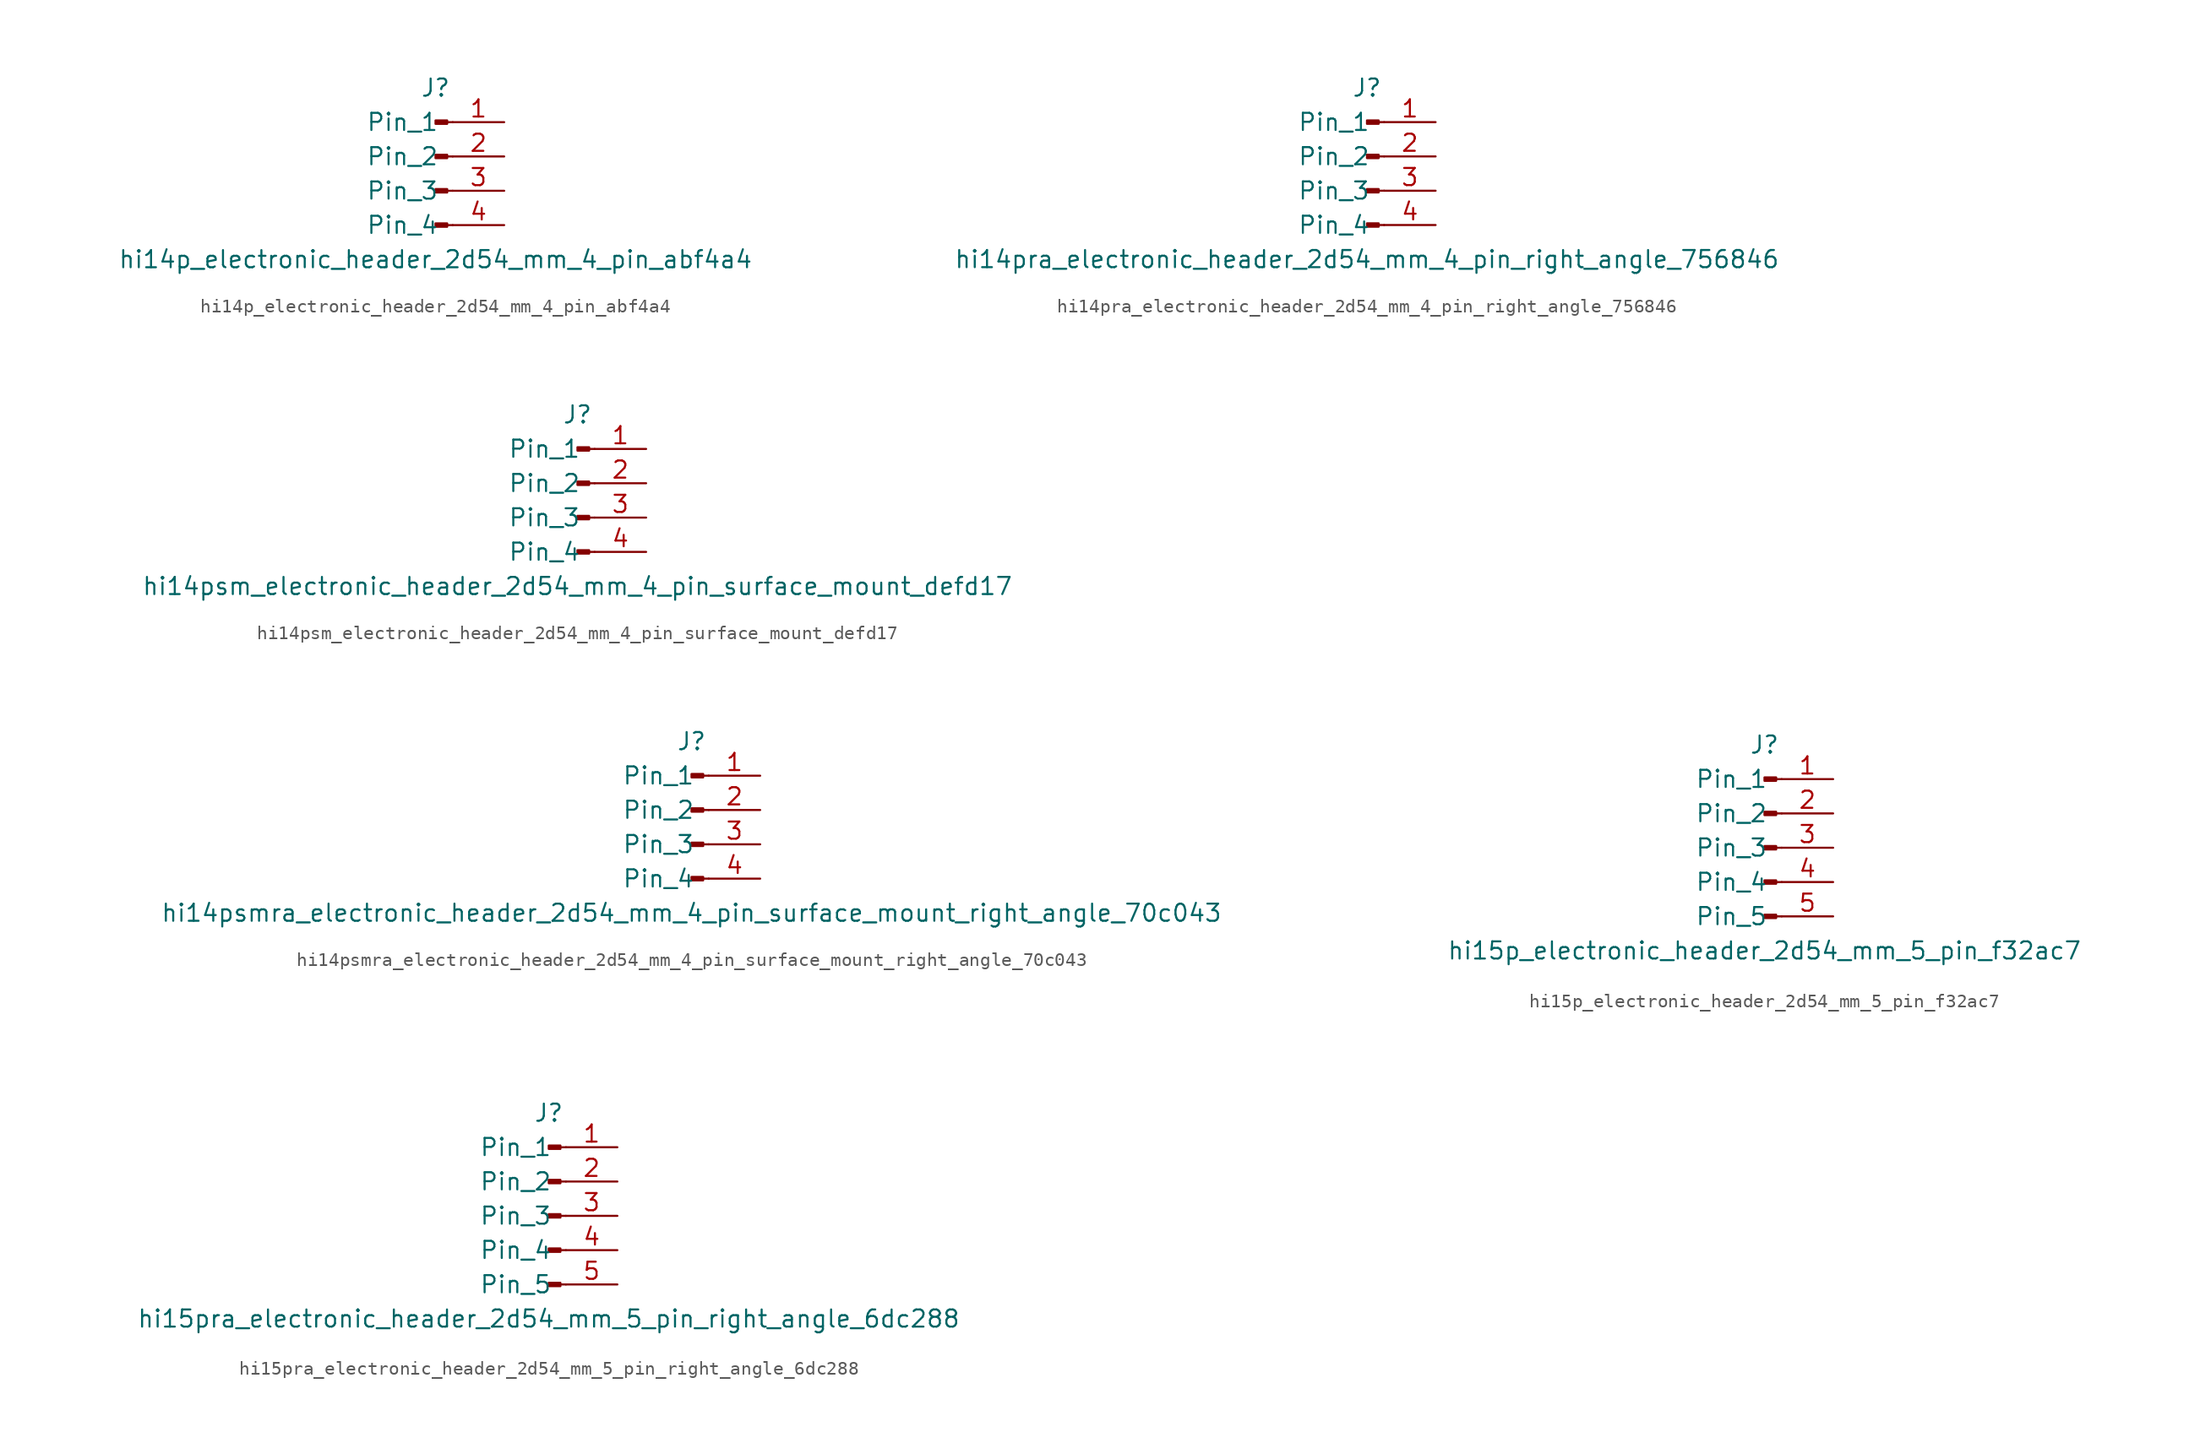
<source format=kicad_sym>
(kicad_symbol_lib
  (version 20220914)
  (generator kicad_symbol_editor)
  (symbol "hi14p_electronic_header_2d54_mm_4_pin_abf4a4"
    (pin_names
      (offset 1.016))
    (property "Reference" "J"
      (at 0 5.08 0)
      (effects (font (size 1.27 1.27))))
    (property "Value" "hi14p_electronic_header_2d54_mm_4_pin_abf4a4"
      (at 0 -7.62 0)
      (effects (font (size 1.27 1.27))))
    (property "ki_locked" ""
      (at 0 0 0)
      (effects (font (size 1.27 1.27))))
    (symbol "hi14p_electronic_header_2d54_mm_4_pin_abf4a4_1_1"
      (polyline (pts (xy 1.27 -5.08) (xy 0.864 -5.08)) (stroke (width 0.152) (type default)) (fill (type none)))
      (polyline (pts (xy 1.27 -2.54) (xy 0.864 -2.54)) (stroke (width 0.152) (type default)) (fill (type none)))
      (polyline (pts (xy 1.27 0) (xy 0.864 0)) (stroke (width 0.152) (type default)) (fill (type none)))
      (polyline (pts (xy 1.27 2.54) (xy 0.864 2.54)) (stroke (width 0.152) (type default)) (fill (type none)))
      (rectangle (start 0.864 -4.953) (end 0 -5.207) (stroke (width 0.152) (type default)) (fill (type outline)))
      (rectangle (start 0.864 -2.413) (end 0 -2.667) (stroke (width 0.152) (type default)) (fill (type outline)))
      (rectangle (start 0.864 0.127) (end 0 -0.127) (stroke (width 0.152) (type default)) (fill (type outline)))
      (rectangle (start 0.864 2.667) (end 0 2.413) (stroke (width 0.152) (type default)) (fill (type outline)))
      (pin passive line (at 5.08 2.54 180) (length 3.81) (name "Pin_1" (effects (font (size 1.27 1.27)))) (number "1" (effects (font (size 1.27 1.27)))))
      (pin passive line (at 5.08 0 180) (length 3.81) (name "Pin_2" (effects (font (size 1.27 1.27)))) (number "2" (effects (font (size 1.27 1.27)))))
      (pin passive line (at 5.08 -2.54 180) (length 3.81) (name "Pin_3" (effects (font (size 1.27 1.27)))) (number "3" (effects (font (size 1.27 1.27)))))
      (pin passive line (at 5.08 -5.08 180) (length 3.81) (name "Pin_4" (effects (font (size 1.27 1.27)))) (number "4" (effects (font (size 1.27 1.27)))))))
  (symbol "hi14pra_electronic_header_2d54_mm_4_pin_right_angle_756846"
    (pin_names
      (offset 1.016))
    (property "Reference" "J"
      (at 0 5.08 0)
      (effects (font (size 1.27 1.27))))
    (property "Value" "hi14pra_electronic_header_2d54_mm_4_pin_right_angle_756846"
      (at 0 -7.62 0)
      (effects (font (size 1.27 1.27))))
    (property "ki_locked" ""
      (at 0 0 0)
      (effects (font (size 1.27 1.27))))
    (symbol "hi14pra_electronic_header_2d54_mm_4_pin_right_angle_756846_1_1"
      (polyline (pts (xy 1.27 -5.08) (xy 0.864 -5.08)) (stroke (width 0.152) (type default)) (fill (type none)))
      (polyline (pts (xy 1.27 -2.54) (xy 0.864 -2.54)) (stroke (width 0.152) (type default)) (fill (type none)))
      (polyline (pts (xy 1.27 0) (xy 0.864 0)) (stroke (width 0.152) (type default)) (fill (type none)))
      (polyline (pts (xy 1.27 2.54) (xy 0.864 2.54)) (stroke (width 0.152) (type default)) (fill (type none)))
      (rectangle (start 0.864 -4.953) (end 0 -5.207) (stroke (width 0.152) (type default)) (fill (type outline)))
      (rectangle (start 0.864 -2.413) (end 0 -2.667) (stroke (width 0.152) (type default)) (fill (type outline)))
      (rectangle (start 0.864 0.127) (end 0 -0.127) (stroke (width 0.152) (type default)) (fill (type outline)))
      (rectangle (start 0.864 2.667) (end 0 2.413) (stroke (width 0.152) (type default)) (fill (type outline)))
      (pin passive line (at 5.08 2.54 180) (length 3.81) (name "Pin_1" (effects (font (size 1.27 1.27)))) (number "1" (effects (font (size 1.27 1.27)))))
      (pin passive line (at 5.08 0 180) (length 3.81) (name "Pin_2" (effects (font (size 1.27 1.27)))) (number "2" (effects (font (size 1.27 1.27)))))
      (pin passive line (at 5.08 -2.54 180) (length 3.81) (name "Pin_3" (effects (font (size 1.27 1.27)))) (number "3" (effects (font (size 1.27 1.27)))))
      (pin passive line (at 5.08 -5.08 180) (length 3.81) (name "Pin_4" (effects (font (size 1.27 1.27)))) (number "4" (effects (font (size 1.27 1.27)))))))
  (symbol "hi14psm_electronic_header_2d54_mm_4_pin_surface_mount_defd17"
    (pin_names
      (offset 1.016))
    (property "Reference" "J"
      (at 0 5.08 0)
      (effects (font (size 1.27 1.27))))
    (property "Value" "hi14psm_electronic_header_2d54_mm_4_pin_surface_mount_defd17"
      (at 0 -7.62 0)
      (effects (font (size 1.27 1.27))))
    (property "ki_locked" ""
      (at 0 0 0)
      (effects (font (size 1.27 1.27))))
    (symbol "hi14psm_electronic_header_2d54_mm_4_pin_surface_mount_defd17_1_1"
      (polyline (pts (xy 1.27 -5.08) (xy 0.864 -5.08)) (stroke (width 0.152) (type default)) (fill (type none)))
      (polyline (pts (xy 1.27 -2.54) (xy 0.864 -2.54)) (stroke (width 0.152) (type default)) (fill (type none)))
      (polyline (pts (xy 1.27 0) (xy 0.864 0)) (stroke (width 0.152) (type default)) (fill (type none)))
      (polyline (pts (xy 1.27 2.54) (xy 0.864 2.54)) (stroke (width 0.152) (type default)) (fill (type none)))
      (rectangle (start 0.864 -4.953) (end 0 -5.207) (stroke (width 0.152) (type default)) (fill (type outline)))
      (rectangle (start 0.864 -2.413) (end 0 -2.667) (stroke (width 0.152) (type default)) (fill (type outline)))
      (rectangle (start 0.864 0.127) (end 0 -0.127) (stroke (width 0.152) (type default)) (fill (type outline)))
      (rectangle (start 0.864 2.667) (end 0 2.413) (stroke (width 0.152) (type default)) (fill (type outline)))
      (pin passive line (at 5.08 2.54 180) (length 3.81) (name "Pin_1" (effects (font (size 1.27 1.27)))) (number "1" (effects (font (size 1.27 1.27)))))
      (pin passive line (at 5.08 0 180) (length 3.81) (name "Pin_2" (effects (font (size 1.27 1.27)))) (number "2" (effects (font (size 1.27 1.27)))))
      (pin passive line (at 5.08 -2.54 180) (length 3.81) (name "Pin_3" (effects (font (size 1.27 1.27)))) (number "3" (effects (font (size 1.27 1.27)))))
      (pin passive line (at 5.08 -5.08 180) (length 3.81) (name "Pin_4" (effects (font (size 1.27 1.27)))) (number "4" (effects (font (size 1.27 1.27)))))))
  (symbol "hi14psmra_electronic_header_2d54_mm_4_pin_surface_mount_right_angle_70c043"
    (pin_names
      (offset 1.016))
    (property "Reference" "J"
      (at 0 5.08 0)
      (effects (font (size 1.27 1.27))))
    (property "Value" "hi14psmra_electronic_header_2d54_mm_4_pin_surface_mount_right_angle_70c043"
      (at 0 -7.62 0)
      (effects (font (size 1.27 1.27))))
    (property "ki_locked" ""
      (at 0 0 0)
      (effects (font (size 1.27 1.27))))
    (symbol "hi14psmra_electronic_header_2d54_mm_4_pin_surface_mount_right_angle_70c043_1_1"
      (polyline (pts (xy 1.27 -5.08) (xy 0.864 -5.08)) (stroke (width 0.152) (type default)) (fill (type none)))
      (polyline (pts (xy 1.27 -2.54) (xy 0.864 -2.54)) (stroke (width 0.152) (type default)) (fill (type none)))
      (polyline (pts (xy 1.27 0) (xy 0.864 0)) (stroke (width 0.152) (type default)) (fill (type none)))
      (polyline (pts (xy 1.27 2.54) (xy 0.864 2.54)) (stroke (width 0.152) (type default)) (fill (type none)))
      (rectangle (start 0.864 -4.953) (end 0 -5.207) (stroke (width 0.152) (type default)) (fill (type outline)))
      (rectangle (start 0.864 -2.413) (end 0 -2.667) (stroke (width 0.152) (type default)) (fill (type outline)))
      (rectangle (start 0.864 0.127) (end 0 -0.127) (stroke (width 0.152) (type default)) (fill (type outline)))
      (rectangle (start 0.864 2.667) (end 0 2.413) (stroke (width 0.152) (type default)) (fill (type outline)))
      (pin passive line (at 5.08 2.54 180) (length 3.81) (name "Pin_1" (effects (font (size 1.27 1.27)))) (number "1" (effects (font (size 1.27 1.27)))))
      (pin passive line (at 5.08 0 180) (length 3.81) (name "Pin_2" (effects (font (size 1.27 1.27)))) (number "2" (effects (font (size 1.27 1.27)))))
      (pin passive line (at 5.08 -2.54 180) (length 3.81) (name "Pin_3" (effects (font (size 1.27 1.27)))) (number "3" (effects (font (size 1.27 1.27)))))
      (pin passive line (at 5.08 -5.08 180) (length 3.81) (name "Pin_4" (effects (font (size 1.27 1.27)))) (number "4" (effects (font (size 1.27 1.27)))))))
  (symbol "hi15p_electronic_header_2d54_mm_5_pin_f32ac7"
    (pin_names
      (offset 1.016))
    (property "Reference" "J"
      (at 0 7.62 0)
      (effects (font (size 1.27 1.27))))
    (property "Value" "hi15p_electronic_header_2d54_mm_5_pin_f32ac7"
      (at 0 -7.62 0)
      (effects (font (size 1.27 1.27))))
    (property "ki_locked" ""
      (at 0 0 0)
      (effects (font (size 1.27 1.27))))
    (symbol "hi15p_electronic_header_2d54_mm_5_pin_f32ac7_1_1"
      (polyline (pts (xy 1.27 -5.08) (xy 0.864 -5.08)) (stroke (width 0.152) (type default)) (fill (type none)))
      (polyline (pts (xy 1.27 -2.54) (xy 0.864 -2.54)) (stroke (width 0.152) (type default)) (fill (type none)))
      (polyline (pts (xy 1.27 0) (xy 0.864 0)) (stroke (width 0.152) (type default)) (fill (type none)))
      (polyline (pts (xy 1.27 2.54) (xy 0.864 2.54)) (stroke (width 0.152) (type default)) (fill (type none)))
      (polyline (pts (xy 1.27 5.08) (xy 0.864 5.08)) (stroke (width 0.152) (type default)) (fill (type none)))
      (rectangle (start 0.864 -4.953) (end 0 -5.207) (stroke (width 0.152) (type default)) (fill (type outline)))
      (rectangle (start 0.864 -2.413) (end 0 -2.667) (stroke (width 0.152) (type default)) (fill (type outline)))
      (rectangle (start 0.864 0.127) (end 0 -0.127) (stroke (width 0.152) (type default)) (fill (type outline)))
      (rectangle (start 0.864 2.667) (end 0 2.413) (stroke (width 0.152) (type default)) (fill (type outline)))
      (rectangle (start 0.864 5.207) (end 0 4.953) (stroke (width 0.152) (type default)) (fill (type outline)))
      (pin passive line (at 5.08 5.08 180) (length 3.81) (name "Pin_1" (effects (font (size 1.27 1.27)))) (number "1" (effects (font (size 1.27 1.27)))))
      (pin passive line (at 5.08 2.54 180) (length 3.81) (name "Pin_2" (effects (font (size 1.27 1.27)))) (number "2" (effects (font (size 1.27 1.27)))))
      (pin passive line (at 5.08 0 180) (length 3.81) (name "Pin_3" (effects (font (size 1.27 1.27)))) (number "3" (effects (font (size 1.27 1.27)))))
      (pin passive line (at 5.08 -2.54 180) (length 3.81) (name "Pin_4" (effects (font (size 1.27 1.27)))) (number "4" (effects (font (size 1.27 1.27)))))
      (pin passive line (at 5.08 -5.08 180) (length 3.81) (name "Pin_5" (effects (font (size 1.27 1.27)))) (number "5" (effects (font (size 1.27 1.27)))))))
  (symbol "hi15pra_electronic_header_2d54_mm_5_pin_right_angle_6dc288"
    (pin_names
      (offset 1.016))
    (property "Reference" "J"
      (at 0 7.62 0)
      (effects (font (size 1.27 1.27))))
    (property "Value" "hi15pra_electronic_header_2d54_mm_5_pin_right_angle_6dc288"
      (at 0 -7.62 0)
      (effects (font (size 1.27 1.27))))
    (property "ki_locked" ""
      (at 0 0 0)
      (effects (font (size 1.27 1.27))))
    (symbol "hi15pra_electronic_header_2d54_mm_5_pin_right_angle_6dc288_1_1"
      (polyline (pts (xy 1.27 -5.08) (xy 0.864 -5.08)) (stroke (width 0.152) (type default)) (fill (type none)))
      (polyline (pts (xy 1.27 -2.54) (xy 0.864 -2.54)) (stroke (width 0.152) (type default)) (fill (type none)))
      (polyline (pts (xy 1.27 0) (xy 0.864 0)) (stroke (width 0.152) (type default)) (fill (type none)))
      (polyline (pts (xy 1.27 2.54) (xy 0.864 2.54)) (stroke (width 0.152) (type default)) (fill (type none)))
      (polyline (pts (xy 1.27 5.08) (xy 0.864 5.08)) (stroke (width 0.152) (type default)) (fill (type none)))
      (rectangle (start 0.864 -4.953) (end 0 -5.207) (stroke (width 0.152) (type default)) (fill (type outline)))
      (rectangle (start 0.864 -2.413) (end 0 -2.667) (stroke (width 0.152) (type default)) (fill (type outline)))
      (rectangle (start 0.864 0.127) (end 0 -0.127) (stroke (width 0.152) (type default)) (fill (type outline)))
      (rectangle (start 0.864 2.667) (end 0 2.413) (stroke (width 0.152) (type default)) (fill (type outline)))
      (rectangle (start 0.864 5.207) (end 0 4.953) (stroke (width 0.152) (type default)) (fill (type outline)))
      (pin passive line (at 5.08 5.08 180) (length 3.81) (name "Pin_1" (effects (font (size 1.27 1.27)))) (number "1" (effects (font (size 1.27 1.27)))))
      (pin passive line (at 5.08 2.54 180) (length 3.81) (name "Pin_2" (effects (font (size 1.27 1.27)))) (number "2" (effects (font (size 1.27 1.27)))))
      (pin passive line (at 5.08 0 180) (length 3.81) (name "Pin_3" (effects (font (size 1.27 1.27)))) (number "3" (effects (font (size 1.27 1.27)))))
      (pin passive line (at 5.08 -2.54 180) (length 3.81) (name "Pin_4" (effects (font (size 1.27 1.27)))) (number "4" (effects (font (size 1.27 1.27)))))
      (pin passive line (at 5.08 -5.08 180) (length 3.81) (name "Pin_5" (effects (font (size 1.27 1.27)))) (number "5" (effects (font (size 1.27 1.27))))))))
</source>
